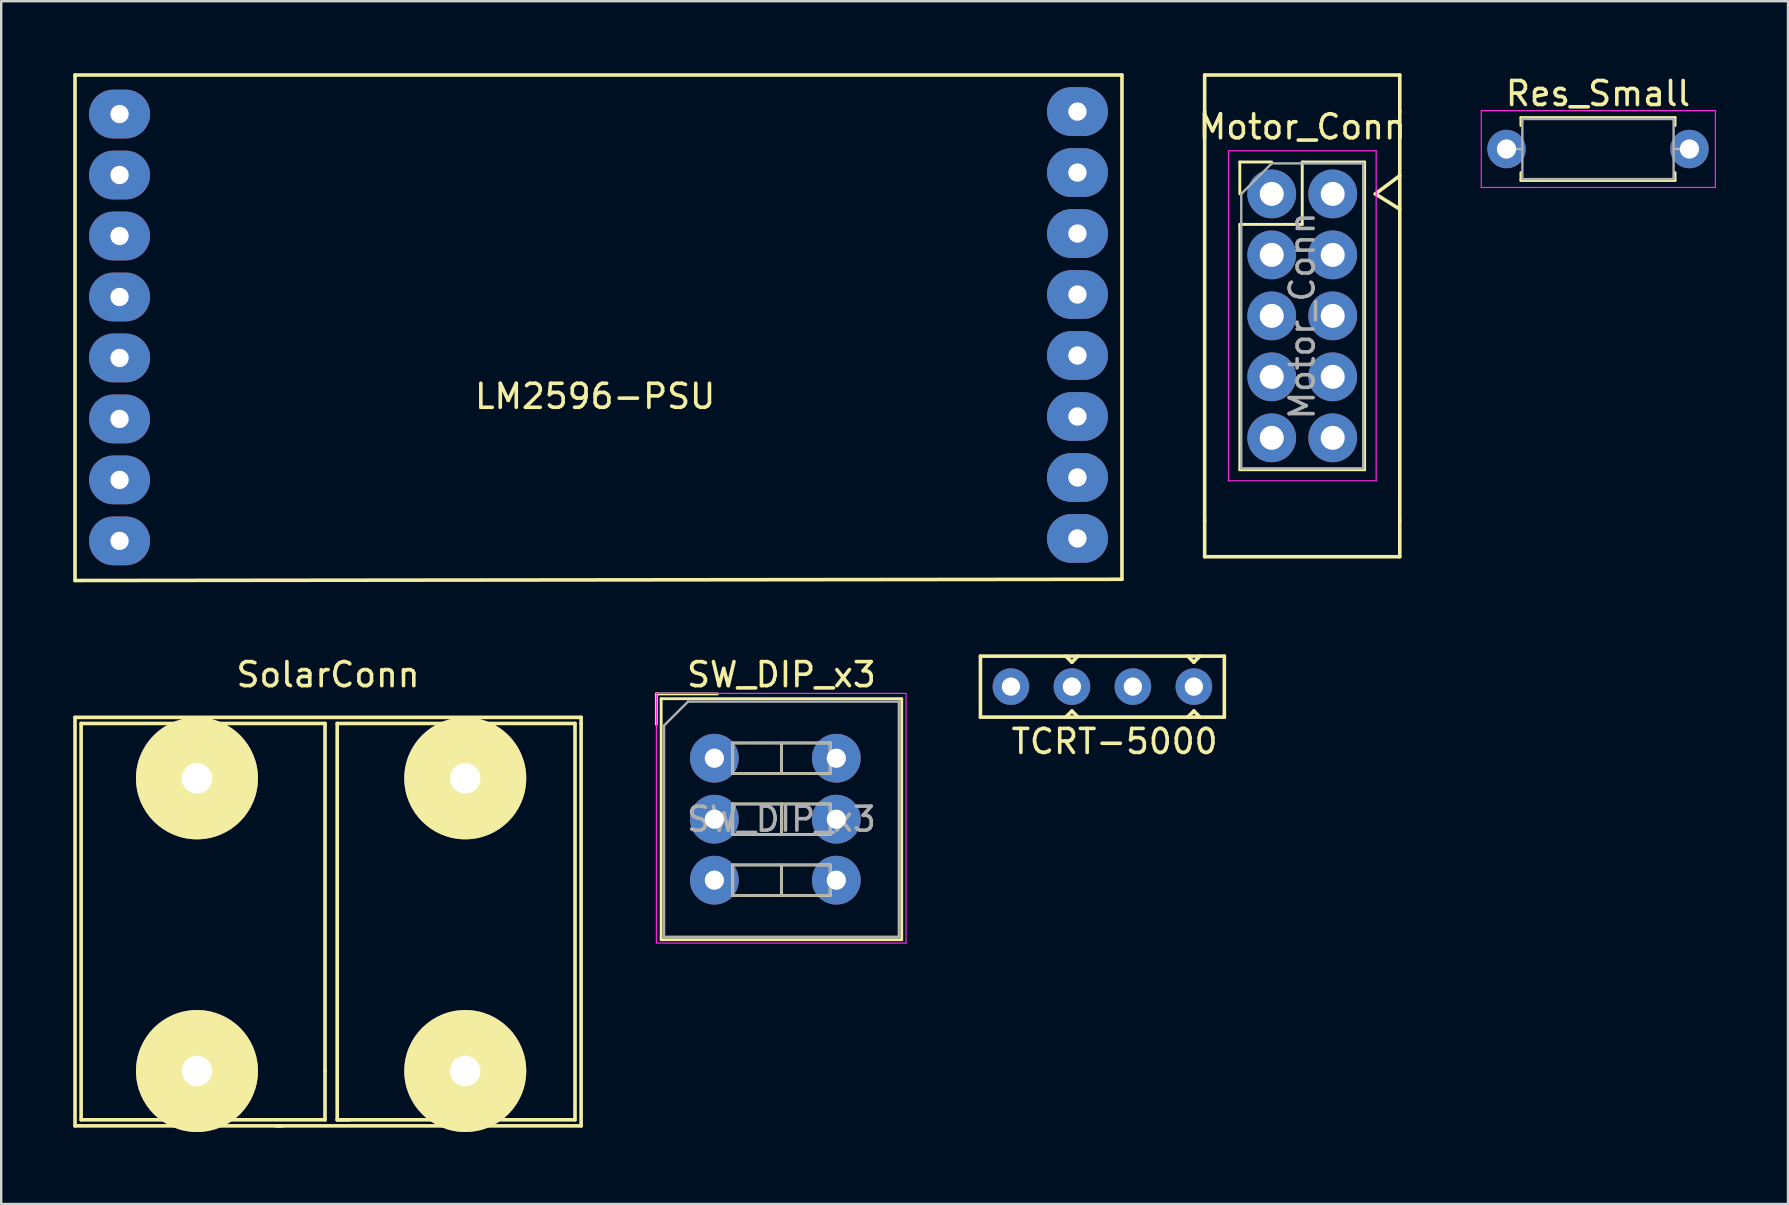
<source format=kicad_pcb>
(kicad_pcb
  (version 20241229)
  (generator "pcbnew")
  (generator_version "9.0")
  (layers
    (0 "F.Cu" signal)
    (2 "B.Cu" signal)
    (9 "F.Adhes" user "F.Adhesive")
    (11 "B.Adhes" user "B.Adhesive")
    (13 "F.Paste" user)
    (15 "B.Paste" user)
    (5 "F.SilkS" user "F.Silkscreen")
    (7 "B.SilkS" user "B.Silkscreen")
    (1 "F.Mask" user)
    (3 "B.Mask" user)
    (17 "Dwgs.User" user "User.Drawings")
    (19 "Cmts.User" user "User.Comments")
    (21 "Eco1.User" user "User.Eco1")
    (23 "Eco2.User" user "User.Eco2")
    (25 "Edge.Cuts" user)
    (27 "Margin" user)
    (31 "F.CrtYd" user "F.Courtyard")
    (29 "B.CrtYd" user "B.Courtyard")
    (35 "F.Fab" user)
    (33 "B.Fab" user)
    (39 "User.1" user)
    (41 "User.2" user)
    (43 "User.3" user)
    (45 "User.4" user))
  (footprint "Res_Small"
    (layer "F.Cu")
    (at 59.706 3.158)
    (property "Reference" "Res_Small" (at 3.81 -2.31 0) (layer "F.SilkS") (effects (font (size 1 1) (thickness 0.15))))
    (attr through_hole)
    (fp_line (start 0.6 -1.31) (end 7.02 -1.31) (stroke (width 0.12) (type solid)) (layer "F.SilkS"))
    (fp_line (start 0.6 -0.98) (end 0.6 -1.31) (stroke (width 0.12) (type solid)) (layer "F.SilkS"))
    (fp_line (start 0.6 0.98) (end 0.6 1.31) (stroke (width 0.12) (type solid)) (layer "F.SilkS"))
    (fp_line (start 0.6 1.31) (end 7.02 1.31) (stroke (width 0.12) (type solid)) (layer "F.SilkS"))
    (fp_line (start 7.02 -1.31) (end 7.02 -0.98) (stroke (width 0.12) (type solid)) (layer "F.SilkS"))
    (fp_line (start 7.02 1.31) (end 7.02 0.98) (stroke (width 0.12) (type solid)) (layer "F.SilkS"))
    (fp_line (start -1.05 -1.6) (end -1.05 1.6) (stroke (width 0.05) (type solid)) (layer "F.CrtYd"))
    (fp_line (start -1.05 1.6) (end 8.7 1.6) (stroke (width 0.05) (type solid)) (layer "F.CrtYd"))
    (fp_line (start 8.7 -1.6) (end -1.05 -1.6) (stroke (width 0.05) (type solid)) (layer "F.CrtYd"))
    (fp_line (start 8.7 1.6) (end 8.7 -1.6) (stroke (width 0.05) (type solid)) (layer "F.CrtYd"))
    (fp_line (start 0 0) (end 0.66 0) (stroke (width 0.1) (type solid)) (layer "F.Fab"))
    (fp_line (start 0.66 -1.25) (end 0.66 1.25) (stroke (width 0.1) (type solid)) (layer "F.Fab"))
    (fp_line (start 0.66 1.25) (end 6.96 1.25) (stroke (width 0.1) (type solid)) (layer "F.Fab"))
    (fp_line (start 6.96 -1.25) (end 0.66 -1.25) (stroke (width 0.1) (type solid)) (layer "F.Fab"))
    (fp_line (start 6.96 1.25) (end 6.96 -1.25) (stroke (width 0.1) (type solid)) (layer "F.Fab"))
    (fp_line (start 7.62 0) (end 6.96 0) (stroke (width 0.1) (type solid)) (layer "F.Fab"))
    (pad "1" thru_hole circle (at 0 0) (size 1.6 1.6) (drill 0.8) (layers "*.Cu" "*.Mask"))
    (pad "2" thru_hole oval (at 7.62 0) (size 1.6 1.6) (drill 0.8) (layers "*.Cu" "*.Mask")))
  (footprint "Motor_Conn"
    (layer "F.Cu")
    (at 51.196 10.108)
    (property "Reference" "Motor_Conn" (at 0 -7.874 0) (layer "F.SilkS") (effects (font (size 1 1) (thickness 0.15))))
    (attr through_hole)
    (fp_line (start -4.064 -10.033) (end 4.064 -10.033) (stroke (width 0.15) (type solid)) (layer "F.SilkS"))
    (fp_line (start -4.064 -8.509) (end -4.064 -10.033) (stroke (width 0.15) (type solid)) (layer "F.SilkS"))
    (fp_line (start -4.064 8.509) (end -4.064 -8.509) (stroke (width 0.15) (type solid)) (layer "F.SilkS"))
    (fp_line (start -4.064 8.509) (end -4.064 10.033) (stroke (width 0.15) (type solid)) (layer "F.SilkS"))
    (fp_line (start -4.064 10.033) (end 4.064 10.033) (stroke (width 0.15) (type solid)) (layer "F.SilkS"))
    (fp_line (start -2.6 -6.41) (end -1.27 -6.41) (stroke (width 0.12) (type solid)) (layer "F.SilkS"))
    (fp_line (start -2.6 -5.08) (end -2.6 -6.41) (stroke (width 0.12) (type solid)) (layer "F.SilkS"))
    (fp_line (start -2.6 -3.81) (end -2.6 6.41) (stroke (width 0.12) (type solid)) (layer "F.SilkS"))
    (fp_line (start -2.6 -3.81) (end 0 -3.81) (stroke (width 0.12) (type solid)) (layer "F.SilkS"))
    (fp_line (start -2.6 6.41) (end 2.6 6.41) (stroke (width 0.12) (type solid)) (layer "F.SilkS"))
    (fp_line (start 0 -6.41) (end 2.6 -6.41) (stroke (width 0.12) (type solid)) (layer "F.SilkS"))
    (fp_line (start 0 -3.81) (end 0 -6.41) (stroke (width 0.12) (type solid)) (layer "F.SilkS"))
    (fp_line (start 2.6 -6.41) (end 2.6 6.41) (stroke (width 0.12) (type solid)) (layer "F.SilkS"))
    (fp_line (start 3.048 -5.08) (end 4.064 -4.445) (stroke (width 0.15) (type solid)) (layer "F.SilkS"))
    (fp_line (start 4.064 -10.033) (end 4.064 -8.509) (stroke (width 0.15) (type solid)) (layer "F.SilkS"))
    (fp_line (start 4.064 -8.509) (end 4.064 8.509) (stroke (width 0.15) (type solid)) (layer "F.SilkS"))
    (fp_line (start 4.064 -5.842) (end 3.048 -5.08) (stroke (width 0.15) (type solid)) (layer "F.SilkS"))
    (fp_line (start 4.064 10.033) (end 4.064 8.509) (stroke (width 0.15) (type solid)) (layer "F.SilkS"))
    (fp_line (start -3.07 -6.88) (end -3.07 6.87) (stroke (width 0.05) (type solid)) (layer "F.CrtYd"))
    (fp_line (start -3.07 6.87) (end 3.08 6.87) (stroke (width 0.05) (type solid)) (layer "F.CrtYd"))
    (fp_line (start 3.08 -6.88) (end -3.07 -6.88) (stroke (width 0.05) (type solid)) (layer "F.CrtYd"))
    (fp_line (start 3.08 6.87) (end 3.08 -6.88) (stroke (width 0.05) (type solid)) (layer "F.CrtYd"))
    (fp_line (start -2.54 -5.08) (end -1.27 -6.35) (stroke (width 0.1) (type solid)) (layer "F.Fab"))
    (fp_line (start -2.54 6.35) (end -2.54 -5.08) (stroke (width 0.1) (type solid)) (layer "F.Fab"))
    (fp_line (start -1.27 -6.35) (end 2.54 -6.35) (stroke (width 0.1) (type solid)) (layer "F.Fab"))
    (fp_line (start 2.54 -6.35) (end 2.54 6.35) (stroke (width 0.1) (type solid)) (layer "F.Fab"))
    (fp_line (start 2.54 6.35) (end -2.54 6.35) (stroke (width 0.1) (type solid)) (layer "F.Fab"))
    (fp_text user "${REFERENCE}" (at 0 0 90) (layer "F.Fab") (effects (font (size 1 1) (thickness 0.15))))
    (pad "1" thru_hole circle (at -1.27 -5.08) (size 2.032 2.032) (drill 1) (layers "*.Cu" "*.Mask"))
    (pad "2" thru_hole circle (at 1.27 -5.08) (size 2.032 2.032) (drill 1) (layers "*.Cu" "*.Mask"))
    (pad "3" thru_hole circle (at -1.27 -2.54) (size 2.032 2.032) (drill 1) (layers "*.Cu" "*.Mask"))
    (pad "4" thru_hole circle (at 1.27 -2.54) (size 2.032 2.032) (drill 1) (layers "*.Cu" "*.Mask"))
    (pad "5" thru_hole circle (at -1.27 0) (size 2.032 2.032) (drill 1) (layers "*.Cu" "*.Mask"))
    (pad "6" thru_hole circle (at 1.27 0) (size 2.032 2.032) (drill 1) (layers "*.Cu" "*.Mask"))
    (pad "7" thru_hole circle (at -1.27 2.54) (size 2.032 2.032) (drill 1) (layers "*.Cu" "*.Mask"))
    (pad "8" thru_hole circle (at 1.27 2.54) (size 2.032 2.032) (drill 1) (layers "*.Cu" "*.Mask"))
    (pad "9" thru_hole circle (at -1.27 5.08) (size 2.032 2.032) (drill 1) (layers "*.Cu" "*.Mask"))
    (pad "10" thru_hole circle (at 1.27 5.08) (size 2.032 2.032) (drill 1) (layers "*.Cu" "*.Mask")))
  (footprint "TCRT-5000"
    (layer "F.Cu")
    (at 42.872 25.552)
    (property "Reference" "TCRT-5000" (at 0.508 2.286 0) (layer "F.SilkS") (effects (font (size 1 1) (thickness 0.15))))
    (attr through_hole)
    (fp_line (start -5.08 -1.27) (end -5.08 1.27) (stroke (width 0.15) (type solid)) (layer "F.SilkS"))
    (fp_line (start -5.08 1.27) (end 5.08 1.27) (stroke (width 0.15) (type solid)) (layer "F.SilkS"))
    (fp_line (start -1.524 -1.27) (end -1.27 -1.016) (stroke (width 0.15) (type solid)) (layer "F.SilkS"))
    (fp_line (start -1.524 1.27) (end -1.27 1.016) (stroke (width 0.15) (type solid)) (layer "F.SilkS"))
    (fp_line (start -1.27 -1.016) (end -1.016 -1.27) (stroke (width 0.15) (type solid)) (layer "F.SilkS"))
    (fp_line (start -1.27 1.016) (end -1.016 1.27) (stroke (width 0.15) (type solid)) (layer "F.SilkS"))
    (fp_line (start 3.556 -1.27) (end 3.81 -1.016) (stroke (width 0.15) (type solid)) (layer "F.SilkS"))
    (fp_line (start 3.556 1.27) (end 3.81 1.016) (stroke (width 0.15) (type solid)) (layer "F.SilkS"))
    (fp_line (start 3.81 -1.016) (end 4.064 -1.27) (stroke (width 0.15) (type solid)) (layer "F.SilkS"))
    (fp_line (start 3.81 1.016) (end 4.064 1.27) (stroke (width 0.15) (type solid)) (layer "F.SilkS"))
    (fp_line (start 5.08 -1.27) (end -5.08 -1.27) (stroke (width 0.15) (type solid)) (layer "F.SilkS"))
    (fp_line (start 5.08 1.27) (end 5.08 -1.27) (stroke (width 0.15) (type solid)) (layer "F.SilkS"))
    (pad "1" thru_hole circle (at -3.81 0) (size 1.524 1.524) (drill 0.762) (layers "*.Cu" "*.Mask"))
    (pad "2" thru_hole circle (at 1.27 0) (size 1.524 1.524) (drill 0.762) (layers "*.Cu" "*.Mask"))
    (pad "3" thru_hole circle (at -1.27 0) (size 1.524 1.524) (drill 0.762) (layers "*.Cu" "*.Mask"))
    (pad "4" thru_hole circle (at 3.81 0) (size 1.524 1.524) (drill 0.762) (layers "*.Cu" "*.Mask")))
  (footprint "LM2596-PSU"
    (layer "F.Cu")
    (at 21.894 10.616)
    (property "Reference" "LM2596-PSU" (at -0.152 2.845 0) (layer "F.SilkS") (effects (font (size 1 1) (thickness 0.15))))
    (attr through_hole)
    (fp_line (start -21.819 -10.541) (end 21.793 -10.541) (stroke (width 0.15) (type solid)) (layer "F.SilkS"))
    (fp_line (start -21.819 10.516) (end -21.819 -10.541) (stroke (width 0.15) (type solid)) (layer "F.SilkS"))
    (fp_line (start 21.793 -10.541) (end 21.793 10.465) (stroke (width 0.15) (type solid)) (layer "F.SilkS"))
    (fp_line (start 21.793 10.465) (end -21.819 10.516) (stroke (width 0.15) (type solid)) (layer "F.SilkS"))
    (pad "1" thru_hole oval (at -19.964 -8.915) (size 2.54 2.032) (drill 0.762) (layers "*.Cu" "*.Mask"))
    (pad "1" thru_hole oval (at -19.964 -6.375) (size 2.54 2.032) (drill 0.762) (layers "*.Cu" "*.Mask"))
    (pad "1" thru_hole oval (at -19.964 -3.835) (size 2.54 2.032) (drill 0.762) (layers "*.Cu" "*.Mask"))
    (pad "1" thru_hole oval (at -19.964 -1.295) (size 2.54 2.032) (drill 0.762) (layers "*.Cu" "*.Mask"))
    (pad "2" thru_hole oval (at -19.964 1.245) (size 2.54 2.032) (drill 0.762) (layers "*.Cu" "*.Mask"))
    (pad "2" thru_hole oval (at -19.964 3.785) (size 2.54 2.032) (drill 0.762) (layers "*.Cu" "*.Mask"))
    (pad "2" thru_hole oval (at -19.964 6.325) (size 2.54 2.032) (drill 0.762) (layers "*.Cu" "*.Mask"))
    (pad "2" thru_hole oval (at -19.964 8.865) (size 2.54 2.032) (drill 0.762) (layers "*.Cu" "*.Mask"))
    (pad "3" thru_hole oval (at 19.939 1.143) (size 2.54 2.032) (drill 0.762) (layers "*.Cu" "*.Mask"))
    (pad "3" thru_hole oval (at 19.939 3.683) (size 2.54 2.032) (drill 0.762) (layers "*.Cu" "*.Mask"))
    (pad "3" thru_hole oval (at 19.939 6.223) (size 2.54 2.032) (drill 0.762) (layers "*.Cu" "*.Mask"))
    (pad "3" thru_hole oval (at 19.939 8.763) (size 2.54 2.032) (drill 0.762) (layers "*.Cu" "*.Mask"))
    (pad "4" thru_hole oval (at 19.939 -9.017) (size 2.54 2.032) (drill 0.762) (layers "*.Cu" "*.Mask"))
    (pad "4" thru_hole oval (at 19.939 -6.477) (size 2.54 2.032) (drill 0.762) (layers "*.Cu" "*.Mask"))
    (pad "4" thru_hole oval (at 19.939 -3.937) (size 2.54 2.032) (drill 0.762) (layers "*.Cu" "*.Mask"))
    (pad "4" thru_hole oval (at 19.939 -1.397) (size 2.54 2.032) (drill 0.762) (layers "*.Cu" "*.Mask")))
  (footprint "SolarConn"
    (layer "F.Cu")
    (at 10.743 41.565)
    (property "Reference" "SolarConn" (at -0.127 -16.51 0) (layer "F.SilkS") (effects (font (size 1 1) (thickness 0.15))))
    (attr through_hole)
    (fp_line (start -10.668 -14.732) (end -10.668 2.286) (stroke (width 0.15) (type solid)) (layer "F.SilkS"))
    (fp_line (start -10.668 2.286) (end -2.032 2.286) (stroke (width 0.15) (type solid)) (layer "F.SilkS"))
    (fp_line (start -10.414 -14.478) (end -10.414 2.032) (stroke (width 0.15) (type solid)) (layer "F.SilkS"))
    (fp_line (start -10.414 2.032) (end -0.254 2.032) (stroke (width 0.15) (type solid)) (layer "F.SilkS"))
    (fp_line (start -2.286 2.286) (end 10.414 2.286) (stroke (width 0.15) (type solid)) (layer "F.SilkS"))
    (fp_line (start -0.254 -14.478) (end -10.414 -14.478) (stroke (width 0.15) (type solid)) (layer "F.SilkS"))
    (fp_line (start -0.254 0) (end -0.254 -14.478) (stroke (width 0.15) (type solid)) (layer "F.SilkS"))
    (fp_line (start -0.254 2.032) (end -0.254 0) (stroke (width 0.15) (type solid)) (layer "F.SilkS"))
    (fp_line (start 0.254 -14.478) (end 0.254 2.032) (stroke (width 0.15) (type solid)) (layer "F.SilkS"))
    (fp_line (start 0.254 2.032) (end 0.762 2.032) (stroke (width 0.15) (type solid)) (layer "F.SilkS"))
    (fp_line (start 0.254 2.032) (end 10.16 2.032) (stroke (width 0.15) (type solid)) (layer "F.SilkS"))
    (fp_line (start 10.16 -14.478) (end 0.254 -14.478) (stroke (width 0.15) (type solid)) (layer "F.SilkS"))
    (fp_line (start 10.16 2.032) (end 10.16 -14.478) (stroke (width 0.15) (type solid)) (layer "F.SilkS"))
    (fp_line (start 10.414 -14.732) (end -10.668 -14.732) (stroke (width 0.15) (type solid)) (layer "F.SilkS"))
    (fp_line (start 10.414 -14.478) (end 10.414 -14.732) (stroke (width 0.15) (type solid)) (layer "F.SilkS"))
    (fp_line (start 10.414 2.286) (end 10.414 -14.478) (stroke (width 0.15) (type solid)) (layer "F.SilkS"))
    (pad "1" thru_hole circle (at -5.588 -12.192) (size 5.08 5.08) (drill 1.27) (layers "*.Cu" "*.Mask" "F.SilkS"))
    (pad "1" thru_hole circle (at -5.588 0) (size 5.08 5.08) (drill 1.27) (layers "*.Cu" "*.Mask" "F.SilkS"))
    (pad "2" thru_hole circle (at 5.588 -12.192) (size 5.08 5.08) (drill 1.27) (layers "*.Cu" "*.Mask" "F.SilkS"))
    (pad "2" thru_hole circle (at 5.588 0) (size 5.08 5.08) (drill 1.27) (layers "*.Cu" "*.Mask" "F.SilkS")))
  (footprint "SW_DIP_x3"
    (layer "F.Cu")
    (at 25.692 28.535)
    (property "Reference" "SW_DIP_x3" (at 3.81 -3.48 0) (layer "F.SilkS") (effects (font (size 1 1) (thickness 0.15))))
    (attr through_hole)
    (fp_line (start -1.4 -2.68) (end -1.4 -1.41) (stroke (width 0.12) (type solid)) (layer "F.SilkS"))
    (fp_line (start -1.4 -2.68) (end 1.14 -2.68) (stroke (width 0.12) (type solid)) (layer "F.SilkS"))
    (fp_line (start -1.2 -2.48) (end 8.82 -2.48) (stroke (width 0.12) (type solid)) (layer "F.SilkS"))
    (fp_line (start -1.2 7.56) (end -1.2 -2.48) (stroke (width 0.12) (type solid)) (layer "F.SilkS"))
    (fp_line (start 1.78 -0.635) (end 1.78 0.635) (stroke (width 0.12) (type solid)) (layer "F.SilkS"))
    (fp_line (start 1.78 0.635) (end 5.84 0.635) (stroke (width 0.12) (type solid)) (layer "F.SilkS"))
    (fp_line (start 1.78 1.905) (end 1.78 3.175) (stroke (width 0.12) (type solid)) (layer "F.SilkS"))
    (fp_line (start 1.78 3.175) (end 5.84 3.175) (stroke (width 0.12) (type solid)) (layer "F.SilkS"))
    (fp_line (start 1.78 4.445) (end 1.78 5.715) (stroke (width 0.12) (type solid)) (layer "F.SilkS"))
    (fp_line (start 1.78 5.715) (end 5.84 5.715) (stroke (width 0.12) (type solid)) (layer "F.SilkS"))
    (fp_line (start 3.81 -0.635) (end 3.81 0.635) (stroke (width 0.12) (type solid)) (layer "F.SilkS"))
    (fp_line (start 3.81 1.905) (end 3.81 3.175) (stroke (width 0.12) (type solid)) (layer "F.SilkS"))
    (fp_line (start 3.81 4.445) (end 3.81 5.715) (stroke (width 0.12) (type solid)) (layer "F.SilkS"))
    (fp_line (start 5.84 -0.635) (end 1.78 -0.635) (stroke (width 0.12) (type solid)) (layer "F.SilkS"))
    (fp_line (start 5.84 0.635) (end 5.84 -0.635) (stroke (width 0.12) (type solid)) (layer "F.SilkS"))
    (fp_line (start 5.84 1.905) (end 1.78 1.905) (stroke (width 0.12) (type solid)) (layer "F.SilkS"))
    (fp_line (start 5.84 3.175) (end 5.84 1.905) (stroke (width 0.12) (type solid)) (layer "F.SilkS"))
    (fp_line (start 5.84 4.445) (end 1.78 4.445) (stroke (width 0.12) (type solid)) (layer "F.SilkS"))
    (fp_line (start 5.84 5.715) (end 5.84 4.445) (stroke (width 0.12) (type solid)) (layer "F.SilkS"))
    (fp_line (start 8.82 -2.48) (end 8.82 7.56) (stroke (width 0.12) (type solid)) (layer "F.SilkS"))
    (fp_line (start 8.82 7.56) (end -1.2 7.56) (stroke (width 0.12) (type solid)) (layer "F.SilkS"))
    (fp_line (start -1.4 -2.7) (end -1.4 7.7) (stroke (width 0.05) (type solid)) (layer "F.CrtYd"))
    (fp_line (start -1.4 7.7) (end 9 7.7) (stroke (width 0.05) (type solid)) (layer "F.CrtYd"))
    (fp_line (start 9 -2.7) (end -1.4 -2.7) (stroke (width 0.05) (type solid)) (layer "F.CrtYd"))
    (fp_line (start 9 7.7) (end 9 -2.7) (stroke (width 0.05) (type solid)) (layer "F.CrtYd"))
    (fp_line (start -1.08 -1.36) (end -0.08 -2.36) (stroke (width 0.1) (type solid)) (layer "F.Fab"))
    (fp_line (start -1.08 7.44) (end -1.08 -1.36) (stroke (width 0.1) (type solid)) (layer "F.Fab"))
    (fp_line (start -0.08 -2.36) (end 8.7 -2.36) (stroke (width 0.1) (type solid)) (layer "F.Fab"))
    (fp_line (start 1.78 -0.635) (end 1.78 0.635) (stroke (width 0.1) (type solid)) (layer "F.Fab"))
    (fp_line (start 1.78 0.635) (end 5.84 0.635) (stroke (width 0.1) (type solid)) (layer "F.Fab"))
    (fp_line (start 1.78 1.905) (end 1.78 3.175) (stroke (width 0.1) (type solid)) (layer "F.Fab"))
    (fp_line (start 1.78 3.175) (end 5.84 3.175) (stroke (width 0.1) (type solid)) (layer "F.Fab"))
    (fp_line (start 1.78 4.445) (end 1.78 5.715) (stroke (width 0.1) (type solid)) (layer "F.Fab"))
    (fp_line (start 1.78 5.715) (end 5.84 5.715) (stroke (width 0.1) (type solid)) (layer "F.Fab"))
    (fp_line (start 3.81 -0.635) (end 3.81 0.635) (stroke (width 0.1) (type solid)) (layer "F.Fab"))
    (fp_line (start 3.81 1.905) (end 3.81 3.175) (stroke (width 0.1) (type solid)) (layer "F.Fab"))
    (fp_line (start 3.81 4.445) (end 3.81 5.715) (stroke (width 0.1) (type solid)) (layer "F.Fab"))
    (fp_line (start 5.84 -0.635) (end 1.78 -0.635) (stroke (width 0.1) (type solid)) (layer "F.Fab"))
    (fp_line (start 5.84 0.635) (end 5.84 -0.635) (stroke (width 0.1) (type solid)) (layer "F.Fab"))
    (fp_line (start 5.84 1.905) (end 1.78 1.905) (stroke (width 0.1) (type solid)) (layer "F.Fab"))
    (fp_line (start 5.84 3.175) (end 5.84 1.905) (stroke (width 0.1) (type solid)) (layer "F.Fab"))
    (fp_line (start 5.84 4.445) (end 1.78 4.445) (stroke (width 0.1) (type solid)) (layer "F.Fab"))
    (fp_line (start 5.84 5.715) (end 5.84 4.445) (stroke (width 0.1) (type solid)) (layer "F.Fab"))
    (fp_line (start 8.7 -2.36) (end 8.7 7.44) (stroke (width 0.1) (type solid)) (layer "F.Fab"))
    (fp_line (start 8.7 7.44) (end -1.08 7.44) (stroke (width 0.1) (type solid)) (layer "F.Fab"))
    (fp_text user "${REFERENCE}" (at 3.81 2.54 0) (layer "F.Fab") (effects (font (size 1 1) (thickness 0.15))))
    (pad "1" thru_hole circle (at 1.016 0) (size 2.032 2.032) (drill 0.8) (layers "*.Cu" "*.Mask"))
    (pad "2" thru_hole circle (at 1.016 2.54) (size 2.032 2.032) (drill 0.8) (layers "*.Cu" "*.Mask"))
    (pad "3" thru_hole circle (at 1.016 5.08) (size 2.032 2.032) (drill 0.8) (layers "*.Cu" "*.Mask"))
    (pad "4" thru_hole circle (at 6.096 5.08) (size 2.032 2.032) (drill 0.8) (layers "*.Cu" "*.Mask"))
    (pad "5" thru_hole circle (at 6.096 2.54) (size 2.032 2.032) (drill 0.8) (layers "*.Cu" "*.Mask"))
    (pad "6" thru_hole circle (at 6.096 0) (size 2.032 2.032) (drill 0.8) (layers "*.Cu" "*.Mask")))
  (gr_rect
    (start -3 -3)
    (end 71.431 47.105)
    (stroke (width 0.1) (type default))
    (fill no)
    (layer "Edge.Cuts")))
</source>
